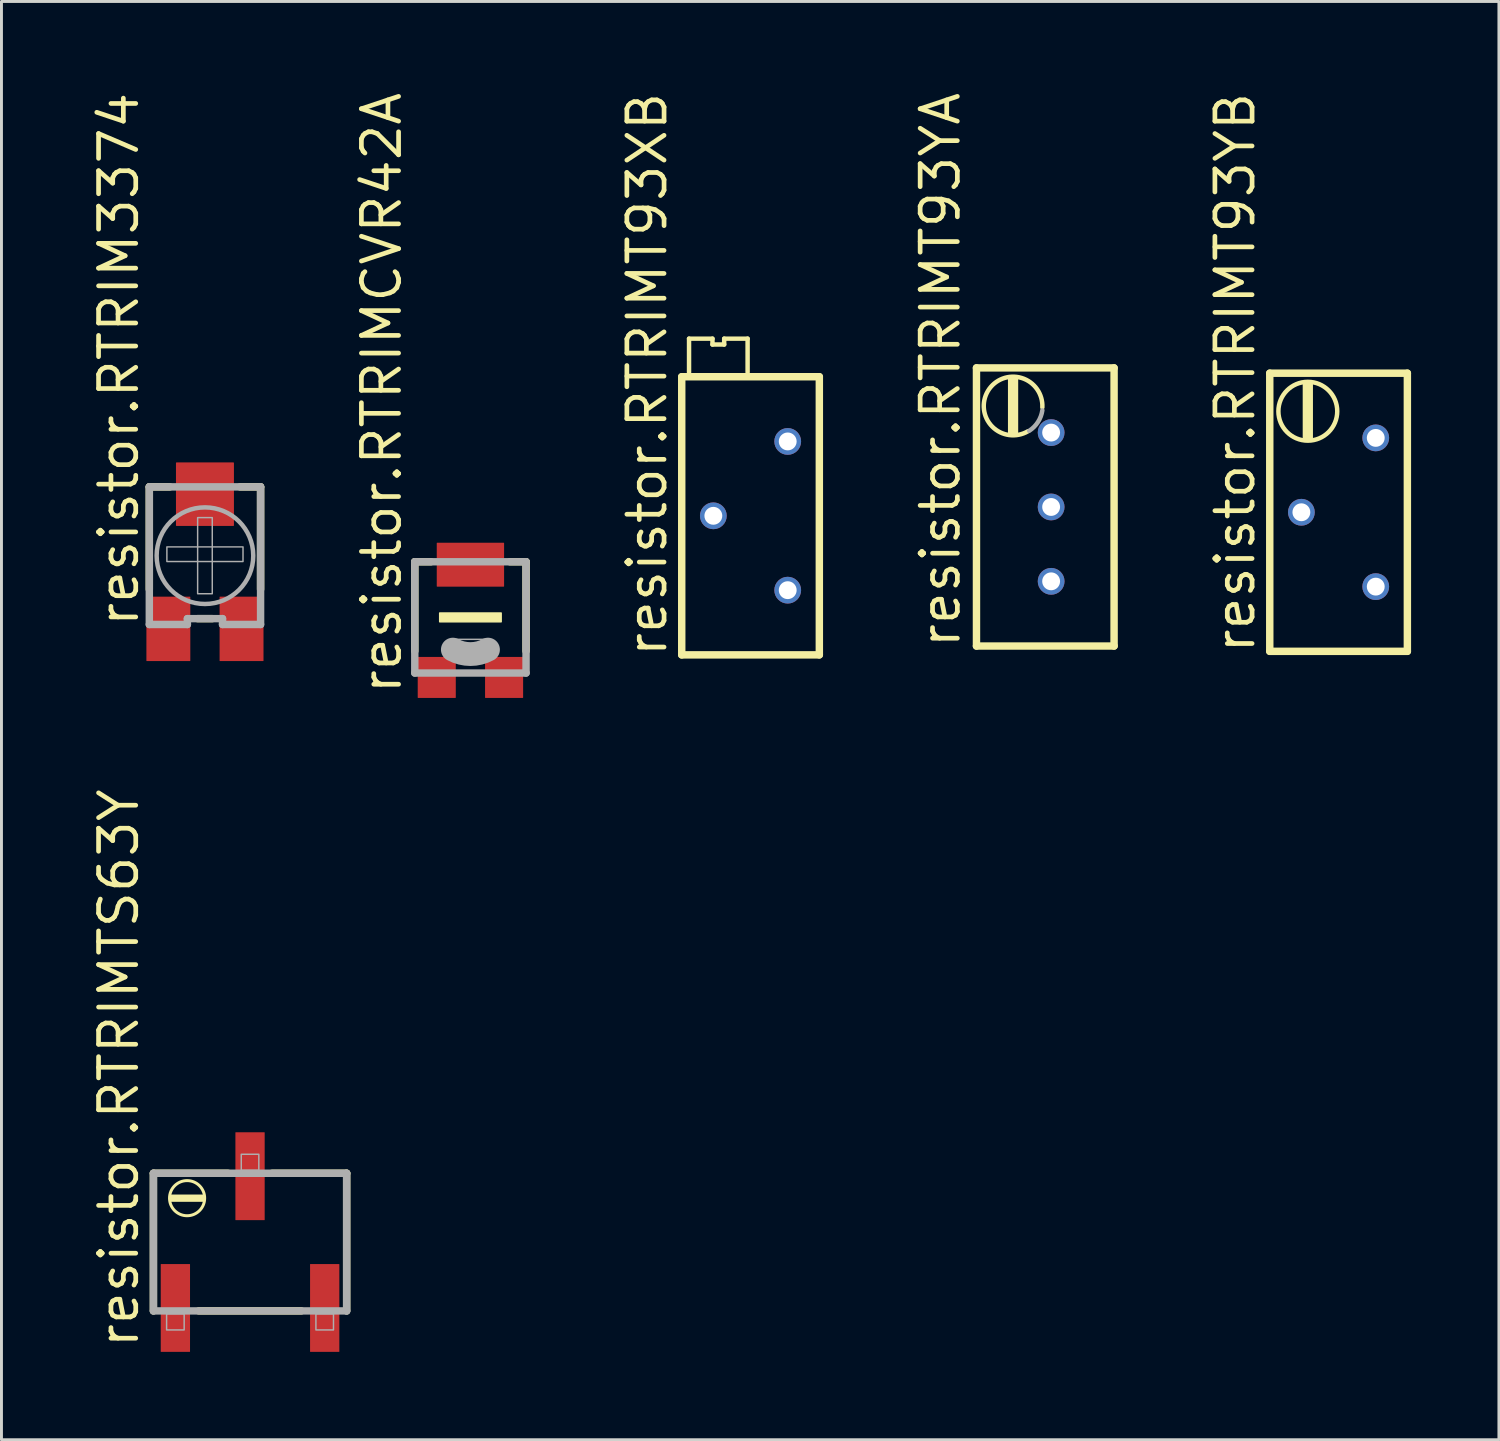
<source format=kicad_pcb>
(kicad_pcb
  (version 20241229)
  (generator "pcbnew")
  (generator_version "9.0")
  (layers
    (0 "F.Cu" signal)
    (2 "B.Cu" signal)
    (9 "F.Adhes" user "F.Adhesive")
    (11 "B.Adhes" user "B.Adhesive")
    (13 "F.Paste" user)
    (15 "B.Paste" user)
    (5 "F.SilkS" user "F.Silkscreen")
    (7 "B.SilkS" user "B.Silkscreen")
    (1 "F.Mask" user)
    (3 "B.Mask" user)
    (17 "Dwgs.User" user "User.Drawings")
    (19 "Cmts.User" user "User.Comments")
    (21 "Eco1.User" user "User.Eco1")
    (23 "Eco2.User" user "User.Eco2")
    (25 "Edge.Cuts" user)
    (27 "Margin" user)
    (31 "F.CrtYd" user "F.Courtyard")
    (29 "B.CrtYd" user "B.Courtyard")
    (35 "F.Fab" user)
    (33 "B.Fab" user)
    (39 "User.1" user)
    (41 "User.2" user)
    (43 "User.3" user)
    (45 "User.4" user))
  (footprint "resistor.RTRIMT93XB"
    (layer "F.Cu")
    (at 22.584 14.567)
    (property "Reference" "resistor.RTRIMT93XB" (at -2.79 4.89 90) (layer "F.SilkS") (effects (font (size 1.27 1.27) (thickness 0.16)) (justify left bottom)))
    (attr through_hole)
    (fp_line (start -2.35 -4.75) (end -2.35 4.75) (stroke (width 0.254) (type default)) (layer "F.SilkS"))
    (fp_line (start -2.35 4.75) (end 2.35 4.75) (stroke (width 0.254) (type default)) (layer "F.SilkS"))
    (fp_line (start -2.1 -6.05) (end -2.1 -4.9) (stroke (width 0.152) (type default)) (layer "F.SilkS"))
    (fp_line (start -1.3 -6.05) (end -2.1 -6.05) (stroke (width 0.152) (type default)) (layer "F.SilkS"))
    (fp_line (start -1.3 -5.85) (end -1.3 -6.05) (stroke (width 0.152) (type default)) (layer "F.SilkS"))
    (fp_line (start -0.9 -6.05) (end -0.9 -5.85) (stroke (width 0.152) (type default)) (layer "F.SilkS"))
    (fp_line (start -0.9 -5.85) (end -1.3 -5.85) (stroke (width 0.152) (type default)) (layer "F.SilkS"))
    (fp_line (start -0.1 -6.05) (end -0.9 -6.05) (stroke (width 0.152) (type default)) (layer "F.SilkS"))
    (fp_line (start -0.1 -4.9) (end -0.1 -6.05) (stroke (width 0.152) (type default)) (layer "F.SilkS"))
    (fp_line (start 2.35 -4.75) (end -2.35 -4.75) (stroke (width 0.254) (type default)) (layer "F.SilkS"))
    (fp_line (start 2.35 4.75) (end 2.35 -4.75) (stroke (width 0.254) (type default)) (layer "F.SilkS"))
    (pad "1" thru_hole circle (at 1.27 2.54) (size 0.914 0.914) (drill 0.61) (layers "*.Cu" "*.Mask"))
    (pad "2" thru_hole circle (at -1.27 0) (size 0.914 0.914) (drill 0.61) (layers "*.Cu" "*.Mask"))
    (pad "3" thru_hole circle (at 1.27 -2.54) (size 0.914 0.914) (drill 0.61) (layers "*.Cu" "*.Mask")))
  (footprint "resistor.RTRIMT93YA"
    (layer "F.Cu")
    (at 32.851 14.265)
    (property "Reference" "resistor.RTRIMT93YA" (at -3.04 4.89 90) (layer "F.SilkS") (effects (font (size 1.27 1.27) (thickness 0.16)) (justify left bottom)))
    (attr through_hole)
    (fp_line (start -2.55 -4.75) (end -2.55 4.75) (stroke (width 0.254) (type default)) (layer "F.SilkS"))
    (fp_line (start -2.55 4.75) (end 2.15 4.75) (stroke (width 0.254) (type default)) (layer "F.SilkS"))
    (fp_line (start 2.15 -4.75) (end -2.55 -4.75) (stroke (width 0.254) (type default)) (layer "F.SilkS"))
    (fp_line (start 2.15 4.75) (end 2.15 -4.75) (stroke (width 0.254) (type default)) (layer "F.SilkS"))
    (fp_rect (start -1.45 -2.5) (end -1.15 -4.4) (stroke (width 0.05) (type default)) (fill yes) (layer "F.SilkS"))
    (fp_arc (start -0.791598 -2.585747) (mid -2.15706 -3.965656) (end -0.3 -3.4) (stroke (width 0.1524) (type default)) (layer "F.SilkS"))
    (fp_arc (start -0.3 -3.3) (mid -0.449632 -2.901549) (end -0.75 -2.6) (stroke (width 0.1524) (type default)) (layer "F.Fab"))
    (pad "1" thru_hole circle (at 0 2.54) (size 0.914 0.914) (drill 0.61) (layers "*.Cu" "*.Mask"))
    (pad "2" thru_hole circle (at 0 0) (size 0.914 0.914) (drill 0.61) (layers "*.Cu" "*.Mask"))
    (pad "3" thru_hole circle (at 0 -2.54) (size 0.914 0.914) (drill 0.61) (layers "*.Cu" "*.Mask")))
  (footprint "resistor.RTRIMCVR42A"
    (layer "F.Cu")
    (at 13.017 18.037)
    (property "Reference" "resistor.RTRIMCVR42A" (at -2.29 2.69 90) (layer "F.SilkS") (effects (font (size 1.27 1.27) (thickness 0.16)) (justify left bottom)))
    (attr smd)
    (fp_line (start -1.9 -1.9) (end -1.35 -1.9) (stroke (width 0.254) (type default)) (layer "F.SilkS"))
    (fp_line (start -1.9 1.15) (end -1.9 -1.9) (stroke (width 0.254) (type default)) (layer "F.SilkS"))
    (fp_line (start 1.9 -1.9) (end 1.35 -1.9) (stroke (width 0.254) (type default)) (layer "F.SilkS"))
    (fp_line (start 1.9 1.15) (end 1.9 -1.9) (stroke (width 0.254) (type default)) (layer "F.SilkS"))
    (fp_rect (start -1.05 0.15) (end 1.05 -0.15) (stroke (width 0.05) (type default)) (fill yes) (layer "F.SilkS"))
    (fp_line (start -1.9 -1.9) (end -1.9 1.9) (stroke (width 0.254) (type default)) (layer "F.Fab"))
    (fp_line (start -1.9 1.9) (end 1.9 1.9) (stroke (width 0.254) (type default)) (layer "F.Fab"))
    (fp_line (start 1.9 -1.9) (end -1.9 -1.9) (stroke (width 0.254) (type default)) (layer "F.Fab"))
    (fp_line (start 1.9 1.9) (end 1.9 -1.9) (stroke (width 0.254) (type default)) (layer "F.Fab"))
    (fp_rect (start -0.65 1.15) (end 0.65 0.75) (stroke (width 0.05) (type default)) (fill no) (layer "F.Fab"))
    (fp_arc (start 0.6 1.1) (mid 0 1.252996) (end -0.6 1.1) (stroke (width 0.8128) (type default)) (layer "F.Fab"))
    (pad "1" smd roundrect (at -1.15 2.05) (size 1.3 1.4) (layers "F.Cu" "F.Mask" "F.Paste") (roundrect_rratio 0.01))
    (pad "2" smd roundrect (at 0 -1.8) (size 2.3 1.5) (layers "F.Cu" "F.Mask" "F.Paste") (roundrect_rratio 0.01))
    (pad "3" smd roundrect (at 1.15 2.05) (size 1.3 1.4) (layers "F.Cu" "F.Mask" "F.Paste") (roundrect_rratio 0.01)))
  (footprint "resistor.RTRIMT93YB"
    (layer "F.Cu")
    (at 42.668 14.446)
    (property "Reference" "resistor.RTRIMT93YB" (at -2.79 4.89 90) (layer "F.SilkS") (effects (font (size 1.27 1.27) (thickness 0.16)) (justify left bottom)))
    (attr through_hole)
    (fp_line (start -2.35 -4.75) (end -2.35 4.75) (stroke (width 0.254) (type default)) (layer "F.SilkS"))
    (fp_line (start -2.35 4.75) (end 2.35 4.75) (stroke (width 0.254) (type default)) (layer "F.SilkS"))
    (fp_line (start 2.35 -4.75) (end -2.35 -4.75) (stroke (width 0.254) (type default)) (layer "F.SilkS"))
    (fp_line (start 2.35 4.75) (end 2.35 -4.75) (stroke (width 0.254) (type default)) (layer "F.SilkS"))
    (fp_rect (start -1.2 -2.5) (end -0.9 -4.4) (stroke (width 0.05) (type default)) (fill yes) (layer "F.SilkS"))
    (fp_circle (center -1.05 -3.45) (end -0.045 -3.45) (stroke (width 0.152) (type default)) (fill no) (layer "F.SilkS"))
    (pad "1" thru_hole circle (at 1.27 2.54) (size 0.914 0.914) (drill 0.61) (layers "*.Cu" "*.Mask"))
    (pad "2" thru_hole circle (at -1.27 0) (size 0.914 0.914) (drill 0.61) (layers "*.Cu" "*.Mask"))
    (pad "3" thru_hole circle (at 1.27 -2.54) (size 0.914 0.914) (drill 0.61) (layers "*.Cu" "*.Mask")))
  (footprint "resistor.RTRIM3374"
    (layer "F.Cu")
    (at 3.95 15.929)
    (property "Reference" "resistor.RTRIM3374" (at -2.2 2.5 90) (layer "F.SilkS") (effects (font (size 1.27 1.27) (thickness 0.16)) (justify left bottom)))
    (attr smd)
    (fp_line (start -1.9 -2.35) (end -1.2 -2.35) (stroke (width 0.254) (type default)) (layer "F.SilkS"))
    (fp_line (start -1.9 1.15) (end -1.9 -2.35) (stroke (width 0.254) (type default)) (layer "F.SilkS"))
    (fp_line (start -0.25 2.15) (end 0.25 2.15) (stroke (width 0.254) (type default)) (layer "F.SilkS"))
    (fp_line (start 1.2 -2.35) (end 1.9 -2.35) (stroke (width 0.254) (type default)) (layer "F.SilkS"))
    (fp_line (start 1.9 -2.35) (end 1.9 1.15) (stroke (width 0.254) (type default)) (layer "F.SilkS"))
    (fp_line (start -1.9 -2.35) (end 1.9 -2.35) (stroke (width 0.254) (type default)) (layer "F.Fab"))
    (fp_line (start -1.9 2.35) (end -1.9 -2.35) (stroke (width 0.254) (type default)) (layer "F.Fab"))
    (fp_line (start -0.6 2.15) (end -0.6 2.35) (stroke (width 0.254) (type default)) (layer "F.Fab"))
    (fp_line (start -0.6 2.35) (end -1.9 2.35) (stroke (width 0.254) (type default)) (layer "F.Fab"))
    (fp_line (start 0.6 2.15) (end -0.6 2.15) (stroke (width 0.254) (type default)) (layer "F.Fab"))
    (fp_line (start 0.6 2.35) (end 0.6 2.15) (stroke (width 0.254) (type default)) (layer "F.Fab"))
    (fp_line (start 1.9 -2.35) (end 1.9 2.35) (stroke (width 0.254) (type default)) (layer "F.Fab"))
    (fp_line (start 1.9 2.35) (end 0.6 2.35) (stroke (width 0.254) (type default)) (layer "F.Fab"))
    (fp_rect (start -1.3 0.2) (end 1.3 -0.3) (stroke (width 0.05) (type default)) (fill no) (layer "F.Fab"))
    (fp_rect (start -0.25 1.3) (end 0.25 -1.3) (stroke (width 0.05) (type default)) (fill no) (layer "F.Fab"))
    (fp_circle (center 0 0) (end 1.65 0) (stroke (width 0.152) (type default)) (fill no) (layer "F.Fab"))
    (pad "1" smd roundrect (at -1.25 2.5) (size 1.5 2.2) (layers "F.Cu" "F.Mask" "F.Paste") (roundrect_rratio 0.01))
    (pad "2" smd roundrect (at 0 -2.1) (size 1.98 2.17) (layers "F.Cu" "F.Mask" "F.Paste") (roundrect_rratio 0.01))
    (pad "3" smd roundrect (at 1.25 2.5) (size 1.5 2.2) (layers "F.Cu" "F.Mask" "F.Paste") (roundrect_rratio 0.01)))
  (footprint "resistor.RTRIMTS63Y"
    (layer "F.Cu")
    (at 5.49 39.373)
    (property "Reference" "resistor.RTRIMTS63Y" (at -3.74 3.69 90) (layer "F.SilkS") (effects (font (size 1.27 1.27) (thickness 0.16)) (justify left bottom)))
    (attr smd)
    (fp_line (start -3.3 -2.35) (end -0.75 -2.35) (stroke (width 0.254) (type default)) (layer "F.SilkS"))
    (fp_line (start -3.3 2.35) (end -3.3 -2.35) (stroke (width 0.254) (type default)) (layer "F.SilkS"))
    (fp_line (start 0.75 -2.35) (end 3.3 -2.35) (stroke (width 0.254) (type default)) (layer "F.SilkS"))
    (fp_line (start 1.75 2.35) (end -1.75 2.35) (stroke (width 0.254) (type default)) (layer "F.SilkS"))
    (fp_line (start 3.3 -2.35) (end 3.3 2.35) (stroke (width 0.254) (type default)) (layer "F.SilkS"))
    (fp_rect (start -2.7 -1.4) (end -1.6 -1.6) (stroke (width 0.05) (type default)) (fill yes) (layer "F.SilkS"))
    (fp_circle (center -2.15 -1.5) (end -1.55 -1.5) (stroke (width 0.102) (type default)) (fill no) (layer "F.SilkS"))
    (fp_line (start -3.3 -2.35) (end -3.3 2.35) (stroke (width 0.254) (type default)) (layer "F.Fab"))
    (fp_line (start -3.3 2.35) (end 3.3 2.35) (stroke (width 0.254) (type default)) (layer "F.Fab"))
    (fp_line (start 3.3 -2.35) (end -3.3 -2.35) (stroke (width 0.254) (type default)) (layer "F.Fab"))
    (fp_line (start 3.3 2.35) (end 3.3 -2.35) (stroke (width 0.254) (type default)) (layer "F.Fab"))
    (fp_rect (start -2.85 3) (end -2.25 2.45) (stroke (width 0.05) (type default)) (fill no) (layer "F.Fab"))
    (fp_rect (start -0.3 -2.45) (end 0.3 -3) (stroke (width 0.05) (type default)) (fill no) (layer "F.Fab"))
    (fp_rect (start 2.25 3) (end 2.85 2.45) (stroke (width 0.05) (type default)) (fill no) (layer "F.Fab"))
    (pad "1" smd roundrect (at -2.55 2.25) (size 1 3) (layers "F.Cu" "F.Mask" "F.Paste") (roundrect_rratio 0.01))
    (pad "2" smd roundrect (at 0 -2.25) (size 1 3) (layers "F.Cu" "F.Mask" "F.Paste") (roundrect_rratio 0.01))
    (pad "3" smd roundrect (at 2.55 2.25) (size 1 3) (layers "F.Cu" "F.Mask" "F.Paste") (roundrect_rratio 0.01)))
  (gr_rect
    (start -3 -3)
    (end 48.145 46.123)
    (stroke (width 0.1) (type default))
    (fill no)
    (layer "Edge.Cuts")))
</source>
